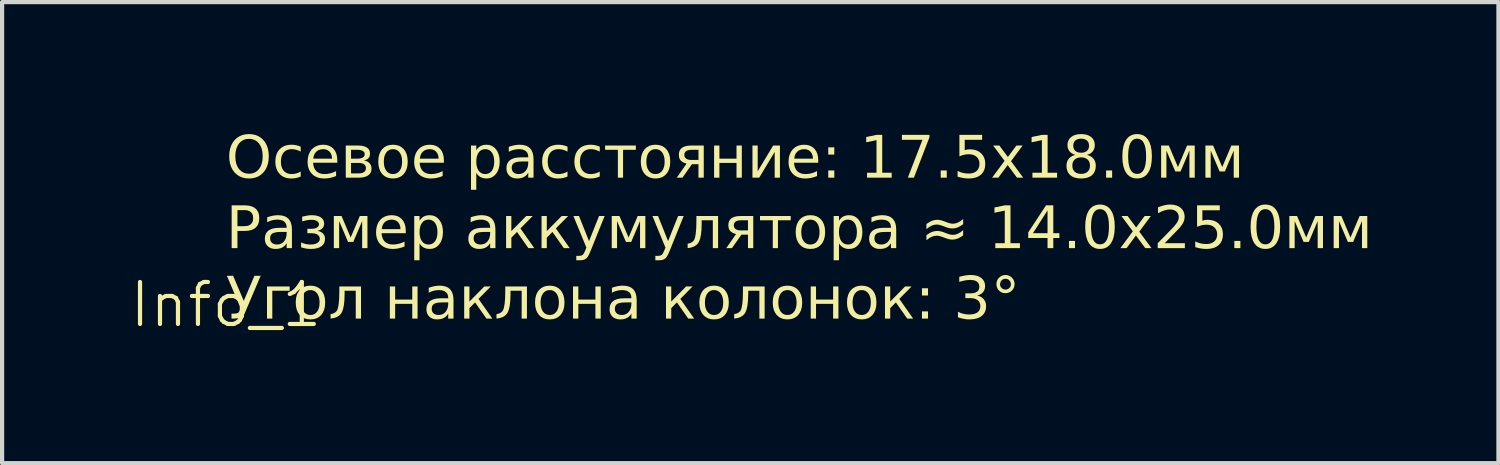
<source format=kicad_pcb>
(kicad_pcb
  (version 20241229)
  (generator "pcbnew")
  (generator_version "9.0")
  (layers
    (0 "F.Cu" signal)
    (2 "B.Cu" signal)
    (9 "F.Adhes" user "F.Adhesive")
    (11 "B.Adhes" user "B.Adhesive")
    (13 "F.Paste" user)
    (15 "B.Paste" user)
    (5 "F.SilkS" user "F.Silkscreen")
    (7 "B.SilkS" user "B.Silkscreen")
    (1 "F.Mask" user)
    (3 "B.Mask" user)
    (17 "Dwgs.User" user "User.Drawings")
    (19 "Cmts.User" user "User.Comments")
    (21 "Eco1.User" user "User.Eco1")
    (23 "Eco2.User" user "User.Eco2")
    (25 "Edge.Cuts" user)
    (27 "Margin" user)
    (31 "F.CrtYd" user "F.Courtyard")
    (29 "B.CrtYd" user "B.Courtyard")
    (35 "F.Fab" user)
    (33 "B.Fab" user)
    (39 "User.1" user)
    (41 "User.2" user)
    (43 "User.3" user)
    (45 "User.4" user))
  (footprint "Info_1"
    (layer "F.Cu")
    (at 2.336 4.716)
    (property "Reference" "Info_1" (at 0 -0.5 0) (unlocked yes) (layer "F.SilkS") (effects (font (size 1 1) (thickness 0.1))))
    (attr board_only exclude_from_pos_files exclude_from_bom)
    (fp_text user "Осевое расстояние: 17.5х18.0мм\nРазмер аккумулятора ≈ 14.0x25.0мм\nУгол наклона колонок: 3°" (at 0 0 0) (unlocked yes) (layer "F.SilkS") (effects (font (face "GOST Type AU") (size 1 1) (thickness 0.1)) (justify left bottom))))
  (gr_rect
    (start -3 -3)
    (end 32.676 7.993)
    (stroke (width 0.1) (type default))
    (fill no)
    (layer "Edge.Cuts")))
</source>
